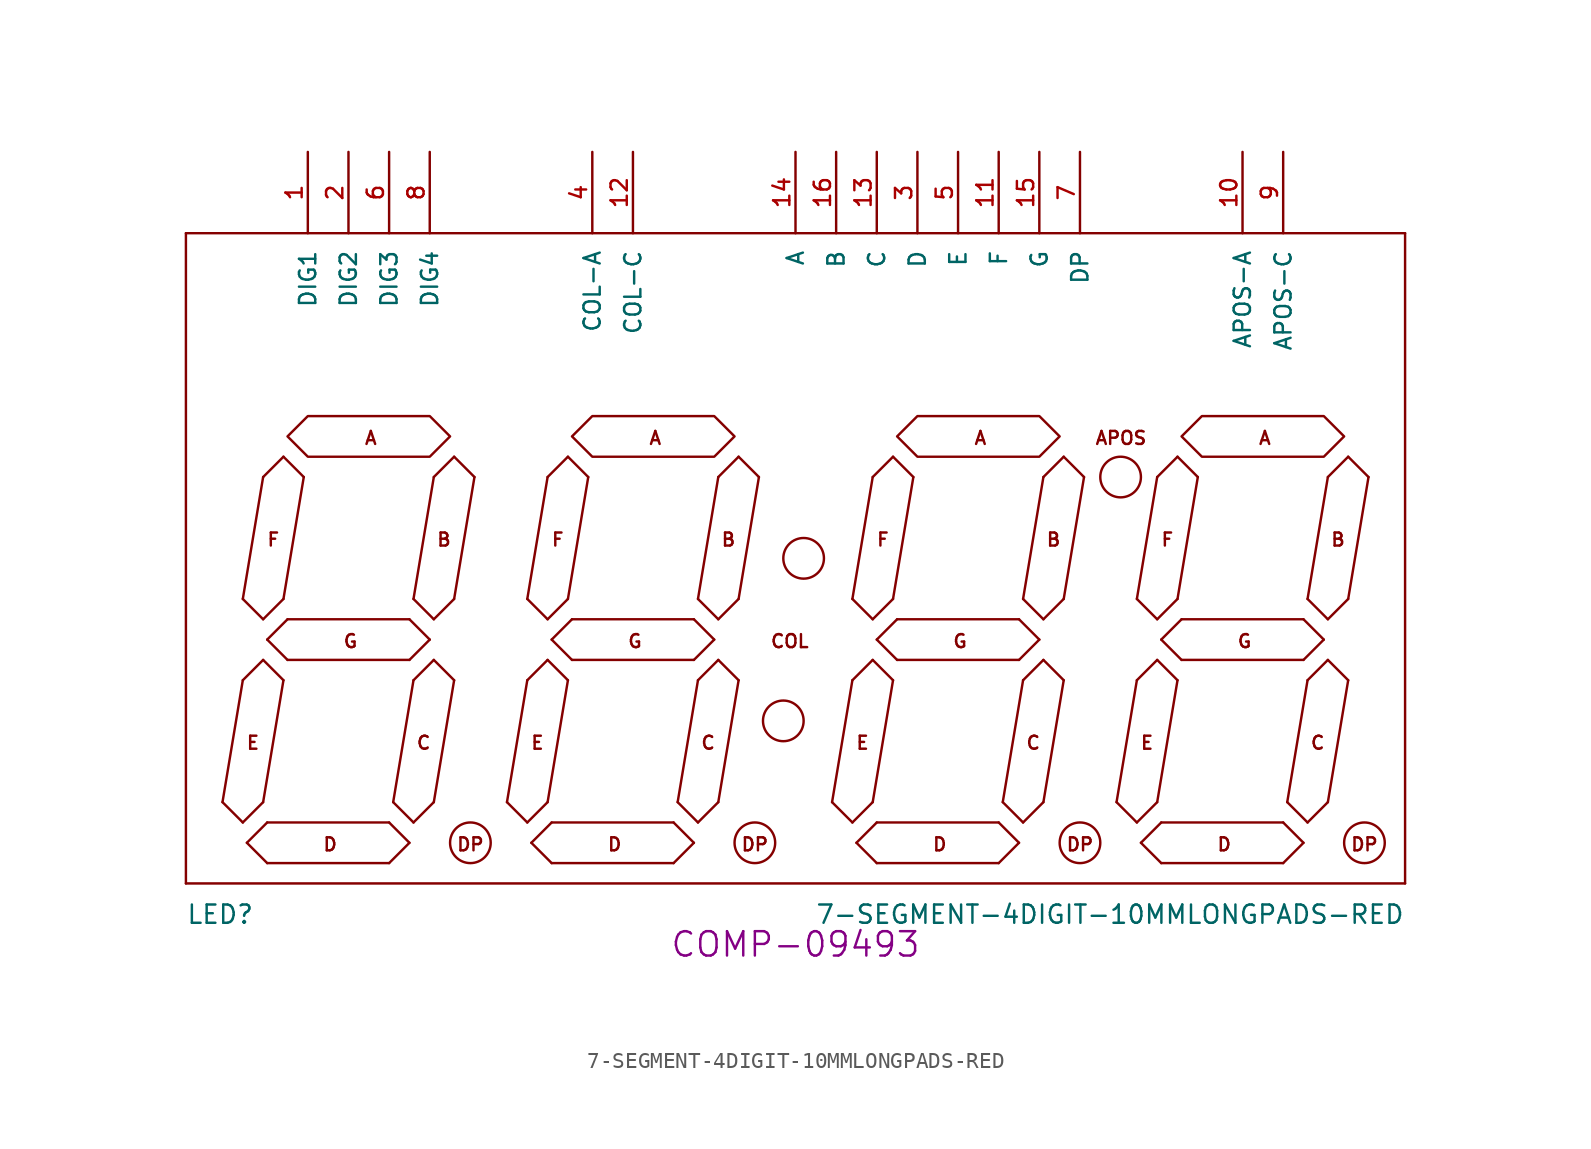
<source format=kicad_sym>
(kicad_symbol_lib
  (version 20211014)
  (generator kicad_symbol_editor)
  (symbol "7-SEGMENT-4DIGIT-10MMLONGPADS-RED"
    (pin_names
      (offset 1.016))
    (property "Reference" "LED"
      (at -38.1 -19.05 0)
      (effects (font (size 1.143 1.143)) (justify left top)))
    (property "Value" "7-SEGMENT-4DIGIT-10MMLONGPADS-RED"
      (at 38.1 -19.05 0)
      (effects (font (size 1.143 1.143)) (justify right top)))
    (property "Field4" "COMP-09493"
      (at 0 -21.59 0)
      (effects (font (size 1.524 1.524))))
    (property "ki_locked" ""
      (at 0 0 0)
      (effects (font (size 1.27 1.27))))
    (symbol "7-SEGMENT-4DIGIT-10MMLONGPADS-RED_1_0"
      (polyline (pts (xy -38.1 -17.78) (xy -38.1 22.86)) (stroke (width 0) (type default) (color 0 0 0 0)) (fill (type none)))
      (polyline (pts (xy -35.814 -12.7) (xy -34.544 -13.97)) (stroke (width 0) (type default) (color 0 0 0 0)) (fill (type none)))
      (polyline (pts (xy -34.544 -13.97) (xy -33.274 -12.7)) (stroke (width 0) (type default) (color 0 0 0 0)) (fill (type none)))
      (polyline (pts (xy -34.544 -5.08) (xy -35.814 -12.7)) (stroke (width 0) (type default) (color 0 0 0 0)) (fill (type none)))
      (polyline (pts (xy -34.544 0) (xy -33.274 -1.27)) (stroke (width 0) (type default) (color 0 0 0 0)) (fill (type none)))
      (polyline (pts (xy -34.29 -15.24) (xy -33.02 -16.51)) (stroke (width 0) (type default) (color 0 0 0 0)) (fill (type none)))
      (polyline (pts (xy -34.29 -15.24) (xy -33.02 -13.97)) (stroke (width 0) (type default) (color 0 0 0 0)) (fill (type none)))
      (polyline (pts (xy -33.274 -12.7) (xy -32.004 -5.08)) (stroke (width 0) (type default) (color 0 0 0 0)) (fill (type none)))
      (polyline (pts (xy -33.274 -3.81) (xy -34.544 -5.08)) (stroke (width 0) (type default) (color 0 0 0 0)) (fill (type none)))
      (polyline (pts (xy -33.274 -3.81) (xy -32.004 -5.08)) (stroke (width 0) (type default) (color 0 0 0 0)) (fill (type none)))
      (polyline (pts (xy -33.274 -1.27) (xy -32.004 0)) (stroke (width 0) (type default) (color 0 0 0 0)) (fill (type none)))
      (polyline (pts (xy -33.274 7.62) (xy -34.544 0)) (stroke (width 0) (type default) (color 0 0 0 0)) (fill (type none)))
      (polyline (pts (xy -33.02 -16.51) (xy -25.4 -16.51)) (stroke (width 0) (type default) (color 0 0 0 0)) (fill (type none)))
      (polyline (pts (xy -33.02 -2.54) (xy -31.75 -3.81)) (stroke (width 0) (type default) (color 0 0 0 0)) (fill (type none)))
      (polyline (pts (xy -33.02 -2.54) (xy -31.75 -1.27)) (stroke (width 0) (type default) (color 0 0 0 0)) (fill (type none)))
      (polyline (pts (xy -32.004 0) (xy -30.734 7.62)) (stroke (width 0) (type default) (color 0 0 0 0)) (fill (type none)))
      (polyline (pts (xy -32.004 8.89) (xy -33.274 7.62)) (stroke (width 0) (type default) (color 0 0 0 0)) (fill (type none)))
      (polyline (pts (xy -32.004 8.89) (xy -30.734 7.62)) (stroke (width 0) (type default) (color 0 0 0 0)) (fill (type none)))
      (polyline (pts (xy -31.75 -3.81) (xy -24.13 -3.81)) (stroke (width 0) (type default) (color 0 0 0 0)) (fill (type none)))
      (polyline (pts (xy -25.4 -16.51) (xy -24.13 -15.24)) (stroke (width 0) (type default) (color 0 0 0 0)) (fill (type none)))
      (polyline (pts (xy -25.4 -13.97) (xy -33.02 -13.97)) (stroke (width 0) (type default) (color 0 0 0 0)) (fill (type none)))
      (polyline (pts (xy -25.146 -12.7) (xy -23.876 -13.97)) (stroke (width 0) (type default) (color 0 0 0 0)) (fill (type none)))
      (polyline (pts (xy -24.13 -15.24) (xy -25.4 -13.97)) (stroke (width 0) (type default) (color 0 0 0 0)) (fill (type none)))
      (polyline (pts (xy -24.13 -3.81) (xy -22.86 -2.54)) (stroke (width 0) (type default) (color 0 0 0 0)) (fill (type none)))
      (polyline (pts (xy -24.13 -1.27) (xy -31.75 -1.27)) (stroke (width 0) (type default) (color 0 0 0 0)) (fill (type none)))
      (polyline (pts (xy -23.876 -13.97) (xy -22.606 -12.7)) (stroke (width 0) (type default) (color 0 0 0 0)) (fill (type none)))
      (polyline (pts (xy -23.876 -5.08) (xy -25.146 -12.7)) (stroke (width 0) (type default) (color 0 0 0 0)) (fill (type none)))
      (polyline (pts (xy -23.876 0) (xy -22.606 -1.27)) (stroke (width 0) (type default) (color 0 0 0 0)) (fill (type none)))
      (polyline (pts (xy -22.86 -2.54) (xy -24.13 -1.27)) (stroke (width 0) (type default) (color 0 0 0 0)) (fill (type none)))
      (polyline (pts (xy -22.606 -12.7) (xy -21.336 -5.08)) (stroke (width 0) (type default) (color 0 0 0 0)) (fill (type none)))
      (polyline (pts (xy -22.606 -3.81) (xy -23.876 -5.08)) (stroke (width 0) (type default) (color 0 0 0 0)) (fill (type none)))
      (polyline (pts (xy -22.606 -3.81) (xy -21.336 -5.08)) (stroke (width 0) (type default) (color 0 0 0 0)) (fill (type none)))
      (polyline (pts (xy -22.606 -1.27) (xy -21.336 0)) (stroke (width 0) (type default) (color 0 0 0 0)) (fill (type none)))
      (polyline (pts (xy -22.606 7.62) (xy -23.876 0)) (stroke (width 0) (type default) (color 0 0 0 0)) (fill (type none)))
      (polyline (pts (xy -21.336 0) (xy -20.066 7.62)) (stroke (width 0) (type default) (color 0 0 0 0)) (fill (type none)))
      (polyline (pts (xy -21.336 8.89) (xy -22.606 7.62)) (stroke (width 0) (type default) (color 0 0 0 0)) (fill (type none)))
      (polyline (pts (xy -21.336 8.89) (xy -20.066 7.62)) (stroke (width 0) (type default) (color 0 0 0 0)) (fill (type none)))
      (polyline (pts (xy -18.034 -12.7) (xy -16.764 -13.97)) (stroke (width 0) (type default) (color 0 0 0 0)) (fill (type none)))
      (polyline (pts (xy -16.764 -13.97) (xy -15.494 -12.7)) (stroke (width 0) (type default) (color 0 0 0 0)) (fill (type none)))
      (polyline (pts (xy -16.764 -5.08) (xy -18.034 -12.7)) (stroke (width 0) (type default) (color 0 0 0 0)) (fill (type none)))
      (polyline (pts (xy -16.764 0) (xy -15.494 -1.27)) (stroke (width 0) (type default) (color 0 0 0 0)) (fill (type none)))
      (polyline (pts (xy -16.51 -15.24) (xy -15.24 -16.51)) (stroke (width 0) (type default) (color 0 0 0 0)) (fill (type none)))
      (polyline (pts (xy -16.51 -15.24) (xy -15.24 -13.97)) (stroke (width 0) (type default) (color 0 0 0 0)) (fill (type none)))
      (polyline (pts (xy -15.494 -12.7) (xy -14.224 -5.08)) (stroke (width 0) (type default) (color 0 0 0 0)) (fill (type none)))
      (polyline (pts (xy -15.494 -3.81) (xy -16.764 -5.08)) (stroke (width 0) (type default) (color 0 0 0 0)) (fill (type none)))
      (polyline (pts (xy -15.494 -3.81) (xy -14.224 -5.08)) (stroke (width 0) (type default) (color 0 0 0 0)) (fill (type none)))
      (polyline (pts (xy -15.494 -1.27) (xy -14.224 0)) (stroke (width 0) (type default) (color 0 0 0 0)) (fill (type none)))
      (polyline (pts (xy -15.494 7.62) (xy -16.764 0)) (stroke (width 0) (type default) (color 0 0 0 0)) (fill (type none)))
      (polyline (pts (xy -15.24 -16.51) (xy -7.62 -16.51)) (stroke (width 0) (type default) (color 0 0 0 0)) (fill (type none)))
      (polyline (pts (xy -15.24 -2.54) (xy -13.97 -3.81)) (stroke (width 0) (type default) (color 0 0 0 0)) (fill (type none)))
      (polyline (pts (xy -15.24 -2.54) (xy -13.97 -1.27)) (stroke (width 0) (type default) (color 0 0 0 0)) (fill (type none)))
      (polyline (pts (xy -14.224 0) (xy -12.954 7.62)) (stroke (width 0) (type default) (color 0 0 0 0)) (fill (type none)))
      (polyline (pts (xy -14.224 8.89) (xy -15.494 7.62)) (stroke (width 0) (type default) (color 0 0 0 0)) (fill (type none)))
      (polyline (pts (xy -14.224 8.89) (xy -12.954 7.62)) (stroke (width 0) (type default) (color 0 0 0 0)) (fill (type none)))
      (polyline (pts (xy -13.97 -3.81) (xy -6.35 -3.81)) (stroke (width 0) (type default) (color 0 0 0 0)) (fill (type none)))
      (polyline (pts (xy -7.62 -16.51) (xy -6.35 -15.24)) (stroke (width 0) (type default) (color 0 0 0 0)) (fill (type none)))
      (polyline (pts (xy -7.62 -13.97) (xy -15.24 -13.97)) (stroke (width 0) (type default) (color 0 0 0 0)) (fill (type none)))
      (polyline (pts (xy -7.366 -12.7) (xy -6.096 -13.97)) (stroke (width 0) (type default) (color 0 0 0 0)) (fill (type none)))
      (polyline (pts (xy -6.35 -15.24) (xy -7.62 -13.97)) (stroke (width 0) (type default) (color 0 0 0 0)) (fill (type none)))
      (polyline (pts (xy -6.35 -3.81) (xy -5.08 -2.54)) (stroke (width 0) (type default) (color 0 0 0 0)) (fill (type none)))
      (polyline (pts (xy -6.35 -1.27) (xy -13.97 -1.27)) (stroke (width 0) (type default) (color 0 0 0 0)) (fill (type none)))
      (polyline (pts (xy -6.096 -13.97) (xy -4.826 -12.7)) (stroke (width 0) (type default) (color 0 0 0 0)) (fill (type none)))
      (polyline (pts (xy -6.096 -5.08) (xy -7.366 -12.7)) (stroke (width 0) (type default) (color 0 0 0 0)) (fill (type none)))
      (polyline (pts (xy -6.096 0) (xy -4.826 -1.27)) (stroke (width 0) (type default) (color 0 0 0 0)) (fill (type none)))
      (polyline (pts (xy -5.08 -2.54) (xy -6.35 -1.27)) (stroke (width 0) (type default) (color 0 0 0 0)) (fill (type none)))
      (polyline (pts (xy -4.826 -12.7) (xy -3.556 -5.08)) (stroke (width 0) (type default) (color 0 0 0 0)) (fill (type none)))
      (polyline (pts (xy -4.826 -3.81) (xy -6.096 -5.08)) (stroke (width 0) (type default) (color 0 0 0 0)) (fill (type none)))
      (polyline (pts (xy -4.826 -3.81) (xy -3.556 -5.08)) (stroke (width 0) (type default) (color 0 0 0 0)) (fill (type none)))
      (polyline (pts (xy -4.826 -1.27) (xy -3.556 0)) (stroke (width 0) (type default) (color 0 0 0 0)) (fill (type none)))
      (polyline (pts (xy -4.826 7.62) (xy -6.096 0)) (stroke (width 0) (type default) (color 0 0 0 0)) (fill (type none)))
      (polyline (pts (xy -3.556 0) (xy -2.286 7.62)) (stroke (width 0) (type default) (color 0 0 0 0)) (fill (type none)))
      (polyline (pts (xy -3.556 8.89) (xy -4.826 7.62)) (stroke (width 0) (type default) (color 0 0 0 0)) (fill (type none)))
      (polyline (pts (xy -3.556 8.89) (xy -2.286 7.62)) (stroke (width 0) (type default) (color 0 0 0 0)) (fill (type none)))
      (polyline (pts (xy 2.286 -12.7) (xy 3.556 -13.97)) (stroke (width 0) (type default) (color 0 0 0 0)) (fill (type none)))
      (polyline (pts (xy 3.556 -13.97) (xy 4.826 -12.7)) (stroke (width 0) (type default) (color 0 0 0 0)) (fill (type none)))
      (polyline (pts (xy 3.556 -5.08) (xy 2.286 -12.7)) (stroke (width 0) (type default) (color 0 0 0 0)) (fill (type none)))
      (polyline (pts (xy 3.556 0) (xy 4.826 -1.27)) (stroke (width 0) (type default) (color 0 0 0 0)) (fill (type none)))
      (polyline (pts (xy 3.81 -15.24) (xy 5.08 -16.51)) (stroke (width 0) (type default) (color 0 0 0 0)) (fill (type none)))
      (polyline (pts (xy 3.81 -15.24) (xy 5.08 -13.97)) (stroke (width 0) (type default) (color 0 0 0 0)) (fill (type none)))
      (polyline (pts (xy 4.826 -12.7) (xy 6.096 -5.08)) (stroke (width 0) (type default) (color 0 0 0 0)) (fill (type none)))
      (polyline (pts (xy 4.826 -3.81) (xy 3.556 -5.08)) (stroke (width 0) (type default) (color 0 0 0 0)) (fill (type none)))
      (polyline (pts (xy 4.826 -3.81) (xy 6.096 -5.08)) (stroke (width 0) (type default) (color 0 0 0 0)) (fill (type none)))
      (polyline (pts (xy 4.826 -1.27) (xy 6.096 0)) (stroke (width 0) (type default) (color 0 0 0 0)) (fill (type none)))
      (polyline (pts (xy 4.826 7.62) (xy 3.556 0)) (stroke (width 0) (type default) (color 0 0 0 0)) (fill (type none)))
      (polyline (pts (xy 5.08 -16.51) (xy 12.7 -16.51)) (stroke (width 0) (type default) (color 0 0 0 0)) (fill (type none)))
      (polyline (pts (xy 5.08 -2.54) (xy 6.35 -3.81)) (stroke (width 0) (type default) (color 0 0 0 0)) (fill (type none)))
      (polyline (pts (xy 5.08 -2.54) (xy 6.35 -1.27)) (stroke (width 0) (type default) (color 0 0 0 0)) (fill (type none)))
      (polyline (pts (xy 6.096 0) (xy 7.366 7.62)) (stroke (width 0) (type default) (color 0 0 0 0)) (fill (type none)))
      (polyline (pts (xy 6.096 8.89) (xy 4.826 7.62)) (stroke (width 0) (type default) (color 0 0 0 0)) (fill (type none)))
      (polyline (pts (xy 6.096 8.89) (xy 7.366 7.62)) (stroke (width 0) (type default) (color 0 0 0 0)) (fill (type none)))
      (polyline (pts (xy 6.35 -3.81) (xy 13.97 -3.81)) (stroke (width 0) (type default) (color 0 0 0 0)) (fill (type none)))
      (polyline (pts (xy 12.7 -16.51) (xy 13.97 -15.24)) (stroke (width 0) (type default) (color 0 0 0 0)) (fill (type none)))
      (polyline (pts (xy 12.7 -13.97) (xy 5.08 -13.97)) (stroke (width 0) (type default) (color 0 0 0 0)) (fill (type none)))
      (polyline (pts (xy 12.954 -12.7) (xy 14.224 -13.97)) (stroke (width 0) (type default) (color 0 0 0 0)) (fill (type none)))
      (polyline (pts (xy 13.97 -15.24) (xy 12.7 -13.97)) (stroke (width 0) (type default) (color 0 0 0 0)) (fill (type none)))
      (polyline (pts (xy 13.97 -3.81) (xy 15.24 -2.54)) (stroke (width 0) (type default) (color 0 0 0 0)) (fill (type none)))
      (polyline (pts (xy 13.97 -1.27) (xy 6.35 -1.27)) (stroke (width 0) (type default) (color 0 0 0 0)) (fill (type none)))
      (polyline (pts (xy 14.224 -13.97) (xy 15.494 -12.7)) (stroke (width 0) (type default) (color 0 0 0 0)) (fill (type none)))
      (polyline (pts (xy 14.224 -5.08) (xy 12.954 -12.7)) (stroke (width 0) (type default) (color 0 0 0 0)) (fill (type none)))
      (polyline (pts (xy 14.224 0) (xy 15.494 -1.27)) (stroke (width 0) (type default) (color 0 0 0 0)) (fill (type none)))
      (polyline (pts (xy 15.24 -2.54) (xy 13.97 -1.27)) (stroke (width 0) (type default) (color 0 0 0 0)) (fill (type none)))
      (polyline (pts (xy 15.494 -12.7) (xy 16.764 -5.08)) (stroke (width 0) (type default) (color 0 0 0 0)) (fill (type none)))
      (polyline (pts (xy 15.494 -3.81) (xy 14.224 -5.08)) (stroke (width 0) (type default) (color 0 0 0 0)) (fill (type none)))
      (polyline (pts (xy 15.494 -3.81) (xy 16.764 -5.08)) (stroke (width 0) (type default) (color 0 0 0 0)) (fill (type none)))
      (polyline (pts (xy 15.494 -1.27) (xy 16.764 0)) (stroke (width 0) (type default) (color 0 0 0 0)) (fill (type none)))
      (polyline (pts (xy 15.494 7.62) (xy 14.224 0)) (stroke (width 0) (type default) (color 0 0 0 0)) (fill (type none)))
      (polyline (pts (xy 16.764 0) (xy 18.034 7.62)) (stroke (width 0) (type default) (color 0 0 0 0)) (fill (type none)))
      (polyline (pts (xy 16.764 8.89) (xy 15.494 7.62)) (stroke (width 0) (type default) (color 0 0 0 0)) (fill (type none)))
      (polyline (pts (xy 16.764 8.89) (xy 18.034 7.62)) (stroke (width 0) (type default) (color 0 0 0 0)) (fill (type none)))
      (polyline (pts (xy 20.066 -12.7) (xy 21.336 -13.97)) (stroke (width 0) (type default) (color 0 0 0 0)) (fill (type none)))
      (polyline (pts (xy 21.336 -13.97) (xy 22.606 -12.7)) (stroke (width 0) (type default) (color 0 0 0 0)) (fill (type none)))
      (polyline (pts (xy 21.336 -5.08) (xy 20.066 -12.7)) (stroke (width 0) (type default) (color 0 0 0 0)) (fill (type none)))
      (polyline (pts (xy 21.336 0) (xy 22.606 -1.27)) (stroke (width 0) (type default) (color 0 0 0 0)) (fill (type none)))
      (polyline (pts (xy 21.59 -15.24) (xy 22.86 -16.51)) (stroke (width 0) (type default) (color 0 0 0 0)) (fill (type none)))
      (polyline (pts (xy 21.59 -15.24) (xy 22.86 -13.97)) (stroke (width 0) (type default) (color 0 0 0 0)) (fill (type none)))
      (polyline (pts (xy 22.606 -12.7) (xy 23.876 -5.08)) (stroke (width 0) (type default) (color 0 0 0 0)) (fill (type none)))
      (polyline (pts (xy 22.606 -3.81) (xy 21.336 -5.08)) (stroke (width 0) (type default) (color 0 0 0 0)) (fill (type none)))
      (polyline (pts (xy 22.606 -3.81) (xy 23.876 -5.08)) (stroke (width 0) (type default) (color 0 0 0 0)) (fill (type none)))
      (polyline (pts (xy 22.606 -1.27) (xy 23.876 0)) (stroke (width 0) (type default) (color 0 0 0 0)) (fill (type none)))
      (polyline (pts (xy 22.606 7.62) (xy 21.336 0)) (stroke (width 0) (type default) (color 0 0 0 0)) (fill (type none)))
      (polyline (pts (xy 22.86 -16.51) (xy 30.48 -16.51)) (stroke (width 0) (type default) (color 0 0 0 0)) (fill (type none)))
      (polyline (pts (xy 22.86 -2.54) (xy 24.13 -3.81)) (stroke (width 0) (type default) (color 0 0 0 0)) (fill (type none)))
      (polyline (pts (xy 22.86 -2.54) (xy 24.13 -1.27)) (stroke (width 0) (type default) (color 0 0 0 0)) (fill (type none)))
      (polyline (pts (xy 23.876 0) (xy 25.146 7.62)) (stroke (width 0) (type default) (color 0 0 0 0)) (fill (type none)))
      (polyline (pts (xy 23.876 8.89) (xy 22.606 7.62)) (stroke (width 0) (type default) (color 0 0 0 0)) (fill (type none)))
      (polyline (pts (xy 23.876 8.89) (xy 25.146 7.62)) (stroke (width 0) (type default) (color 0 0 0 0)) (fill (type none)))
      (polyline (pts (xy 24.13 -3.81) (xy 31.75 -3.81)) (stroke (width 0) (type default) (color 0 0 0 0)) (fill (type none)))
      (polyline (pts (xy 30.48 -16.51) (xy 31.75 -15.24)) (stroke (width 0) (type default) (color 0 0 0 0)) (fill (type none)))
      (polyline (pts (xy 30.48 -13.97) (xy 22.86 -13.97)) (stroke (width 0) (type default) (color 0 0 0 0)) (fill (type none)))
      (polyline (pts (xy 30.734 -12.7) (xy 32.004 -13.97)) (stroke (width 0) (type default) (color 0 0 0 0)) (fill (type none)))
      (polyline (pts (xy 31.75 -15.24) (xy 30.48 -13.97)) (stroke (width 0) (type default) (color 0 0 0 0)) (fill (type none)))
      (polyline (pts (xy 31.75 -3.81) (xy 33.02 -2.54)) (stroke (width 0) (type default) (color 0 0 0 0)) (fill (type none)))
      (polyline (pts (xy 31.75 -1.27) (xy 24.13 -1.27)) (stroke (width 0) (type default) (color 0 0 0 0)) (fill (type none)))
      (polyline (pts (xy 32.004 -13.97) (xy 33.274 -12.7)) (stroke (width 0) (type default) (color 0 0 0 0)) (fill (type none)))
      (polyline (pts (xy 32.004 -5.08) (xy 30.734 -12.7)) (stroke (width 0) (type default) (color 0 0 0 0)) (fill (type none)))
      (polyline (pts (xy 32.004 0) (xy 33.274 -1.27)) (stroke (width 0) (type default) (color 0 0 0 0)) (fill (type none)))
      (polyline (pts (xy 33.02 -2.54) (xy 31.75 -1.27)) (stroke (width 0) (type default) (color 0 0 0 0)) (fill (type none)))
      (polyline (pts (xy 33.274 -12.7) (xy 34.544 -5.08)) (stroke (width 0) (type default) (color 0 0 0 0)) (fill (type none)))
      (polyline (pts (xy 33.274 -3.81) (xy 32.004 -5.08)) (stroke (width 0) (type default) (color 0 0 0 0)) (fill (type none)))
      (polyline (pts (xy 33.274 -3.81) (xy 34.544 -5.08)) (stroke (width 0) (type default) (color 0 0 0 0)) (fill (type none)))
      (polyline (pts (xy 33.274 -1.27) (xy 34.544 0)) (stroke (width 0) (type default) (color 0 0 0 0)) (fill (type none)))
      (polyline (pts (xy 33.274 7.62) (xy 32.004 0)) (stroke (width 0) (type default) (color 0 0 0 0)) (fill (type none)))
      (polyline (pts (xy 34.544 0) (xy 35.814 7.62)) (stroke (width 0) (type default) (color 0 0 0 0)) (fill (type none)))
      (polyline (pts (xy 34.544 8.89) (xy 33.274 7.62)) (stroke (width 0) (type default) (color 0 0 0 0)) (fill (type none)))
      (polyline (pts (xy 34.544 8.89) (xy 35.814 7.62)) (stroke (width 0) (type default) (color 0 0 0 0)) (fill (type none)))
      (polyline (pts (xy 38.1 -17.78) (xy -38.1 -17.78)) (stroke (width 0) (type default) (color 0 0 0 0)) (fill (type none)))
      (polyline (pts (xy 38.1 22.86) (xy -38.1 22.86)) (stroke (width 0) (type default) (color 0 0 0 0)) (fill (type none)))
      (polyline (pts (xy 38.1 22.86) (xy 38.1 -17.78)) (stroke (width 0) (type default) (color 0 0 0 0)) (fill (type none)))
      (text "A" (at -26.543 10.058 0) (effects (font (size 0.813 0.813))))
      (text "A" (at -8.763 10.058 0) (effects (font (size 0.813 0.813))))
      (text "A" (at 11.557 10.058 0) (effects (font (size 0.813 0.813))))
      (text "A" (at 29.337 10.058 0) (effects (font (size 0.813 0.813))))
      (text "APOS" (at 20.345 10.058 0) (effects (font (size 0.813 0.813))))
      (text "B" (at -21.971 3.708 0) (effects (font (size 0.813 0.813))))
      (text "B" (at -4.191 3.708 0) (effects (font (size 0.813 0.813))))
      (text "B" (at 16.129 3.708 0) (effects (font (size 0.813 0.813))))
      (text "B" (at 33.909 3.708 0) (effects (font (size 0.813 0.813))))
      (text "C" (at -23.241 -8.992 0) (effects (font (size 0.813 0.813))))
      (text "C" (at -5.461 -8.992 0) (effects (font (size 0.813 0.813))))
      (text "C" (at 14.859 -8.992 0) (effects (font (size 0.813 0.813))))
      (text "C" (at 32.639 -8.992 0) (effects (font (size 0.813 0.813))))
      (text "COL" (at -0.356 -2.642 0) (effects (font (size 0.813 0.813))))
      (text "D" (at -29.083 -15.342 0) (effects (font (size 0.813 0.813))))
      (text "D" (at -11.303 -15.342 0) (effects (font (size 0.813 0.813))))
      (text "D" (at 9.017 -15.342 0) (effects (font (size 0.813 0.813))))
      (text "D" (at 26.797 -15.342 0) (effects (font (size 0.813 0.813))))
      (text "DP" (at -20.32 -15.342 0) (effects (font (size 0.813 0.813))))
      (text "DP" (at -2.54 -15.342 0) (effects (font (size 0.813 0.813))))
      (text "DP" (at 17.78 -15.342 0) (effects (font (size 0.813 0.813))))
      (text "DP" (at 35.56 -15.342 0) (effects (font (size 0.813 0.813))))
      (text "E" (at -33.909 -8.992 0) (effects (font (size 0.813 0.813))))
      (text "E" (at -16.129 -8.992 0) (effects (font (size 0.813 0.813))))
      (text "E" (at 4.191 -8.992 0) (effects (font (size 0.813 0.813))))
      (text "E" (at 21.971 -8.992 0) (effects (font (size 0.813 0.813))))
      (text "F" (at -32.639 3.708 0) (effects (font (size 0.813 0.813))))
      (text "F" (at -14.859 3.708 0) (effects (font (size 0.813 0.813))))
      (text "F" (at 5.461 3.708 0) (effects (font (size 0.813 0.813))))
      (text "F" (at 23.241 3.708 0) (effects (font (size 0.813 0.813))))
      (text "G" (at -27.813 -2.642 0) (effects (font (size 0.813 0.813))))
      (text "G" (at -10.033 -2.642 0) (effects (font (size 0.813 0.813))))
      (text "G" (at 10.287 -2.642 0) (effects (font (size 0.813 0.813))))
      (text "G" (at 28.067 -2.642 0) (effects (font (size 0.813 0.813)))))
    (symbol "7-SEGMENT-4DIGIT-10MMLONGPADS-RED_1_1"
      (circle (center -20.32 -15.24) (radius 1.27) (stroke (width 0) (type default) (color 0 0 0 0)) (fill (type none)))
      (circle (center -2.54 -15.24) (radius 1.27) (stroke (width 0) (type default) (color 0 0 0 0)) (fill (type none)))
      (circle (center -0.762 -7.62) (radius 1.27) (stroke (width 0) (type default) (color 0 0 0 0)) (fill (type none)))
      (polyline (pts (xy -22.86 11.43) (xy -21.59 10.16) (xy -22.86 8.89) (xy -30.48 8.89) (xy -31.75 10.16) (xy -30.48 11.43) (xy -22.86 11.43)) (stroke (width 0) (type default) (color 0 0 0 0)) (fill (type none)))
      (polyline (pts (xy -5.08 11.43) (xy -3.81 10.16) (xy -5.08 8.89) (xy -12.7 8.89) (xy -13.97 10.16) (xy -12.7 11.43) (xy -5.08 11.43)) (stroke (width 0) (type default) (color 0 0 0 0)) (fill (type none)))
      (polyline (pts (xy 15.24 11.43) (xy 16.51 10.16) (xy 15.24 8.89) (xy 7.62 8.89) (xy 6.35 10.16) (xy 7.62 11.43) (xy 15.24 11.43)) (stroke (width 0) (type default) (color 0 0 0 0)) (fill (type none)))
      (polyline (pts (xy 33.02 11.43) (xy 34.29 10.16) (xy 33.02 8.89) (xy 25.4 8.89) (xy 24.13 10.16) (xy 25.4 11.43) (xy 33.02 11.43)) (stroke (width 0) (type default) (color 0 0 0 0)) (fill (type none)))
      (circle (center 0.508 2.54) (radius 1.27) (stroke (width 0) (type default) (color 0 0 0 0)) (fill (type none)))
      (circle (center 17.78 -15.24) (radius 1.27) (stroke (width 0) (type default) (color 0 0 0 0)) (fill (type none)))
      (circle (center 20.32 7.62) (radius 1.27) (stroke (width 0) (type default) (color 0 0 0 0)) (fill (type none)))
      (circle (center 35.56 -15.24) (radius 1.27) (stroke (width 0) (type default) (color 0 0 0 0)) (fill (type none)))
      (pin bidirectional line (at -30.48 27.94 270) (length 5.08) (name "DIG1" (effects (font (size 1.016 1.016)))) (number "1" (effects (font (size 1.016 1.016)))))
      (pin bidirectional line (at 27.94 27.94 270) (length 5.08) (name "APOS-A" (effects (font (size 1.016 1.016)))) (number "10" (effects (font (size 1.016 1.016)))))
      (pin bidirectional line (at 12.7 27.94 270) (length 5.08) (name "F" (effects (font (size 1.016 1.016)))) (number "11" (effects (font (size 1.016 1.016)))))
      (pin bidirectional line (at -10.16 27.94 270) (length 5.08) (name "COL-C" (effects (font (size 1.016 1.016)))) (number "12" (effects (font (size 1.016 1.016)))))
      (pin bidirectional line (at 5.08 27.94 270) (length 5.08) (name "C" (effects (font (size 1.016 1.016)))) (number "13" (effects (font (size 1.016 1.016)))))
      (pin bidirectional line (at 0 27.94 270) (length 5.08) (name "A" (effects (font (size 1.016 1.016)))) (number "14" (effects (font (size 1.016 1.016)))))
      (pin bidirectional line (at 15.24 27.94 270) (length 5.08) (name "G" (effects (font (size 1.016 1.016)))) (number "15" (effects (font (size 1.016 1.016)))))
      (pin bidirectional line (at 2.54 27.94 270) (length 5.08) (name "B" (effects (font (size 1.016 1.016)))) (number "16" (effects (font (size 1.016 1.016)))))
      (pin bidirectional line (at -27.94 27.94 270) (length 5.08) (name "DIG2" (effects (font (size 1.016 1.016)))) (number "2" (effects (font (size 1.016 1.016)))))
      (pin bidirectional line (at 7.62 27.94 270) (length 5.08) (name "D" (effects (font (size 1.016 1.016)))) (number "3" (effects (font (size 1.016 1.016)))))
      (pin bidirectional line (at -12.7 27.94 270) (length 5.08) (name "COL-A" (effects (font (size 1.016 1.016)))) (number "4" (effects (font (size 1.016 1.016)))))
      (pin bidirectional line (at 10.16 27.94 270) (length 5.08) (name "E" (effects (font (size 1.016 1.016)))) (number "5" (effects (font (size 1.016 1.016)))))
      (pin bidirectional line (at -25.4 27.94 270) (length 5.08) (name "DIG3" (effects (font (size 1.016 1.016)))) (number "6" (effects (font (size 1.016 1.016)))))
      (pin bidirectional line (at 17.78 27.94 270) (length 5.08) (name "DP" (effects (font (size 1.016 1.016)))) (number "7" (effects (font (size 1.016 1.016)))))
      (pin bidirectional line (at -22.86 27.94 270) (length 5.08) (name "DIG4" (effects (font (size 1.016 1.016)))) (number "8" (effects (font (size 1.016 1.016)))))
      (pin bidirectional line (at 30.48 27.94 270) (length 5.08) (name "APOS-C" (effects (font (size 1.016 1.016)))) (number "9" (effects (font (size 1.016 1.016))))))))
</source>
